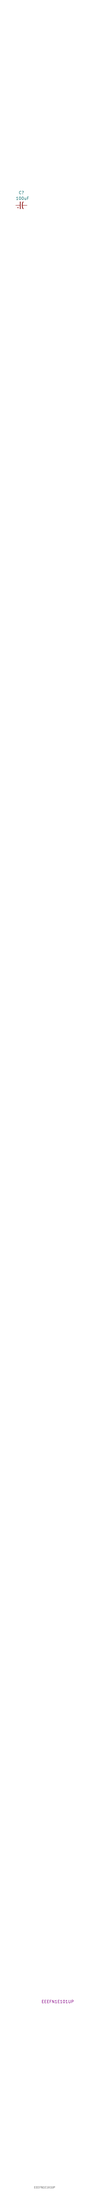
<source format=kicad_sym>
(kicad_symbol_lib
  (version 20220914)
  (generator kicad_symbol_editor)
  (symbol "EEEFN1E101UP"
    (pin_numbers hide)
    (pin_names hide)
    (property "Reference" "C"
      (at -1.27 6.35 0)
      (effects (font (size 1.27 1.27)) (justify left top)))
    (property "Value" "100uF"
      (at -2.54 3.81 0)
      (effects (font (size 1.27 1.27)) (justify left top)))
    (property "Manufacturer_Part_Number" "EEEFN1E101UP"
      (at 8.89 -796.19 0)
      (effects (font (size 1.27 1.27)) (justify left top)))
    (symbol "EEEFN1E101UP_0_1"
      (polyline (pts (xy -1.524 -1.27) (xy -1.524 -0.762)) (stroke (width 0) (type default)) (fill (type none)))
      (polyline (pts (xy -1.27 -1.016) (xy -1.778 -1.016)) (stroke (width 0) (type default)) (fill (type none)))
      (polyline (pts (xy -0.508 -1.524) (xy -0.508 1.524)) (stroke (width 0.305) (type default)) (fill (type none)))
      (arc (start 0.762 1.524) (mid 0.3734 0) (end 0.762 -1.524) (stroke (width 0.3048) (type default)) (fill (type none))))
    (symbol "EEEFN1E101UP_1_1"
      (pin passive line (at -2.54 0 0) (length 2.032) (name "~" (effects (font (size 1.27 1.27)))) (number "1" (effects (font (size 1.27 1.27)))))
      (pin passive line (at 2.54 0 180) (length 2.032) (name "~" (effects (font (size 1.27 1.27)))) (number "2" (effects (font (size 1.27 1.27))))))))
</source>
